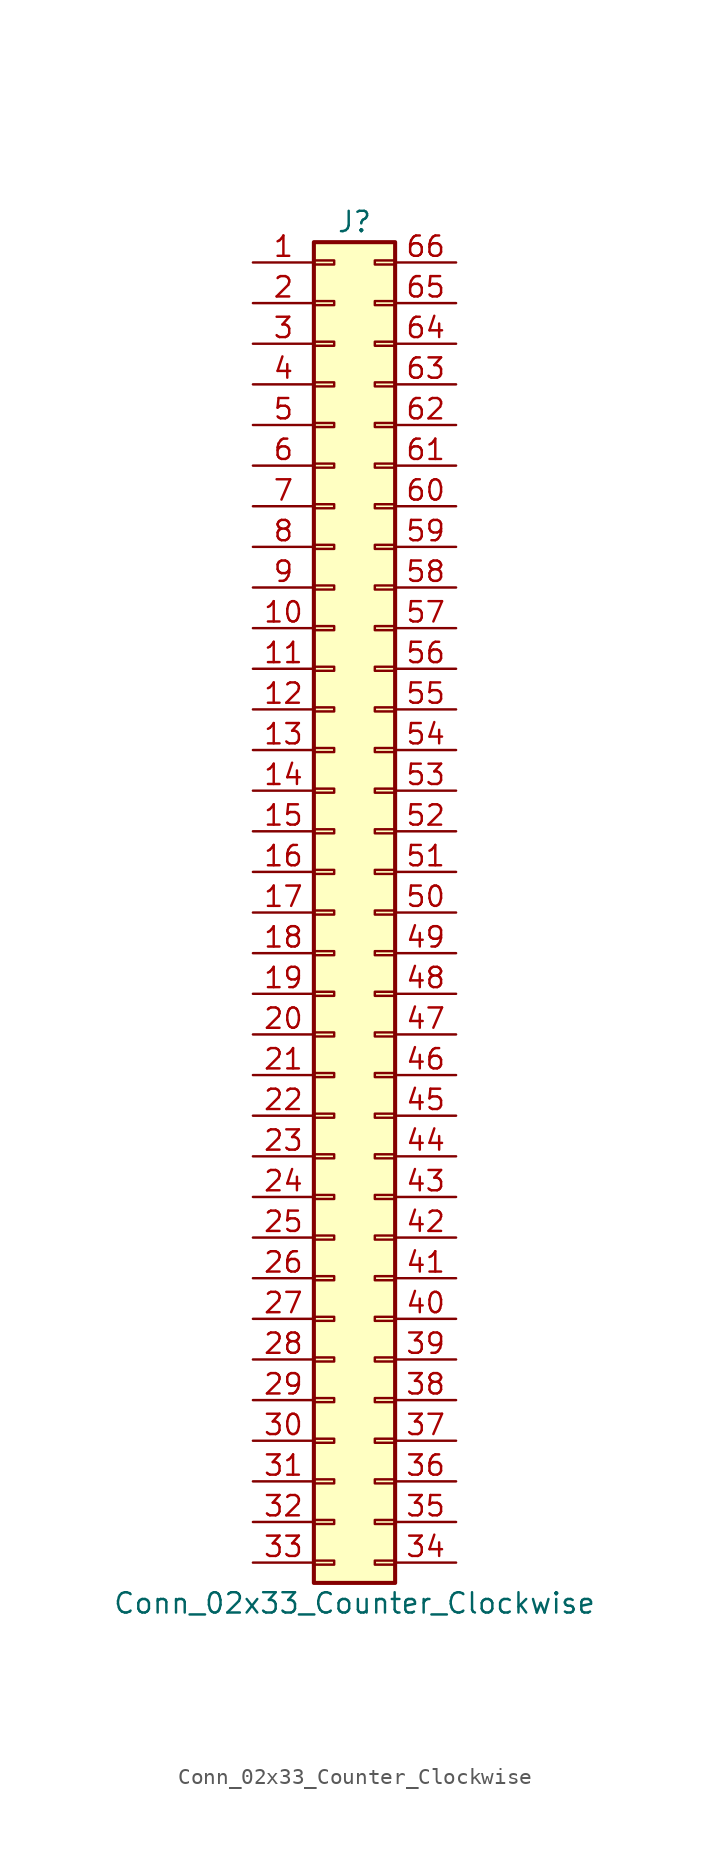
<source format=kicad_sym>
(kicad_symbol_lib
  (version 20201005)
  (generator kicad_symbol_editor)
  (symbol "Conn_02x33_Counter_Clockwise"
    (pin_names
      (offset 1.016) hide)
    (property "Reference" "J"
      (at 1.27 43.18 0)
      (effects (font (size 1.27 1.27))))
    (property "Value" "Conn_02x33_Counter_Clockwise"
      (at 1.27 -43.18 0)
      (effects (font (size 1.27 1.27))))
    (symbol "Conn_02x33_Counter_Clockwise_1_1"
      (rectangle (start -1.27 -40.513) (end 0 -40.767) (stroke (width 0.152)) (fill (type none)))
      (rectangle (start -1.27 -37.973) (end 0 -38.227) (stroke (width 0.152)) (fill (type none)))
      (rectangle (start -1.27 -35.433) (end 0 -35.687) (stroke (width 0.152)) (fill (type none)))
      (rectangle (start -1.27 -32.893) (end 0 -33.147) (stroke (width 0.152)) (fill (type none)))
      (rectangle (start -1.27 -30.353) (end 0 -30.607) (stroke (width 0.152)) (fill (type none)))
      (rectangle (start -1.27 -27.813) (end 0 -28.067) (stroke (width 0.152)) (fill (type none)))
      (rectangle (start -1.27 -25.273) (end 0 -25.527) (stroke (width 0.152)) (fill (type none)))
      (rectangle (start -1.27 -22.733) (end 0 -22.987) (stroke (width 0.152)) (fill (type none)))
      (rectangle (start -1.27 -20.193) (end 0 -20.447) (stroke (width 0.152)) (fill (type none)))
      (rectangle (start -1.27 -17.653) (end 0 -17.907) (stroke (width 0.152)) (fill (type none)))
      (rectangle (start -1.27 -15.113) (end 0 -15.367) (stroke (width 0.152)) (fill (type none)))
      (rectangle (start -1.27 -12.573) (end 0 -12.827) (stroke (width 0.152)) (fill (type none)))
      (rectangle (start -1.27 -10.033) (end 0 -10.287) (stroke (width 0.152)) (fill (type none)))
      (rectangle (start -1.27 -7.493) (end 0 -7.747) (stroke (width 0.152)) (fill (type none)))
      (rectangle (start -1.27 -4.953) (end 0 -5.207) (stroke (width 0.152)) (fill (type none)))
      (rectangle (start -1.27 -2.413) (end 0 -2.667) (stroke (width 0.152)) (fill (type none)))
      (rectangle (start -1.27 0.127) (end 0 -0.127) (stroke (width 0.152)) (fill (type none)))
      (rectangle (start -1.27 2.667) (end 0 2.413) (stroke (width 0.152)) (fill (type none)))
      (rectangle (start -1.27 5.207) (end 0 4.953) (stroke (width 0.152)) (fill (type none)))
      (rectangle (start -1.27 7.747) (end 0 7.493) (stroke (width 0.152)) (fill (type none)))
      (rectangle (start -1.27 10.287) (end 0 10.033) (stroke (width 0.152)) (fill (type none)))
      (rectangle (start -1.27 12.827) (end 0 12.573) (stroke (width 0.152)) (fill (type none)))
      (rectangle (start -1.27 15.367) (end 0 15.113) (stroke (width 0.152)) (fill (type none)))
      (rectangle (start -1.27 17.907) (end 0 17.653) (stroke (width 0.152)) (fill (type none)))
      (rectangle (start -1.27 20.447) (end 0 20.193) (stroke (width 0.152)) (fill (type none)))
      (rectangle (start -1.27 22.987) (end 0 22.733) (stroke (width 0.152)) (fill (type none)))
      (rectangle (start -1.27 25.527) (end 0 25.273) (stroke (width 0.152)) (fill (type none)))
      (rectangle (start -1.27 28.067) (end 0 27.813) (stroke (width 0.152)) (fill (type none)))
      (rectangle (start -1.27 30.607) (end 0 30.353) (stroke (width 0.152)) (fill (type none)))
      (rectangle (start -1.27 33.147) (end 0 32.893) (stroke (width 0.152)) (fill (type none)))
      (rectangle (start -1.27 35.687) (end 0 35.433) (stroke (width 0.152)) (fill (type none)))
      (rectangle (start -1.27 38.227) (end 0 37.973) (stroke (width 0.152)) (fill (type none)))
      (rectangle (start -1.27 40.767) (end 0 40.513) (stroke (width 0.152)) (fill (type none)))
      (rectangle (start 3.81 -40.513) (end 2.54 -40.767) (stroke (width 0.152)) (fill (type none)))
      (rectangle (start 3.81 -37.973) (end 2.54 -38.227) (stroke (width 0.152)) (fill (type none)))
      (rectangle (start 3.81 -35.433) (end 2.54 -35.687) (stroke (width 0.152)) (fill (type none)))
      (rectangle (start 3.81 -32.893) (end 2.54 -33.147) (stroke (width 0.152)) (fill (type none)))
      (rectangle (start 3.81 -30.353) (end 2.54 -30.607) (stroke (width 0.152)) (fill (type none)))
      (rectangle (start 3.81 -27.813) (end 2.54 -28.067) (stroke (width 0.152)) (fill (type none)))
      (rectangle (start 3.81 -25.273) (end 2.54 -25.527) (stroke (width 0.152)) (fill (type none)))
      (rectangle (start 3.81 -22.733) (end 2.54 -22.987) (stroke (width 0.152)) (fill (type none)))
      (rectangle (start 3.81 -20.193) (end 2.54 -20.447) (stroke (width 0.152)) (fill (type none)))
      (rectangle (start 3.81 -17.653) (end 2.54 -17.907) (stroke (width 0.152)) (fill (type none)))
      (rectangle (start 3.81 -15.113) (end 2.54 -15.367) (stroke (width 0.152)) (fill (type none)))
      (rectangle (start 3.81 -12.573) (end 2.54 -12.827) (stroke (width 0.152)) (fill (type none)))
      (rectangle (start 3.81 -10.033) (end 2.54 -10.287) (stroke (width 0.152)) (fill (type none)))
      (rectangle (start 3.81 -7.493) (end 2.54 -7.747) (stroke (width 0.152)) (fill (type none)))
      (rectangle (start 3.81 -4.953) (end 2.54 -5.207) (stroke (width 0.152)) (fill (type none)))
      (rectangle (start 3.81 -2.413) (end 2.54 -2.667) (stroke (width 0.152)) (fill (type none)))
      (rectangle (start 3.81 0.127) (end 2.54 -0.127) (stroke (width 0.152)) (fill (type none)))
      (rectangle (start 3.81 2.667) (end 2.54 2.413) (stroke (width 0.152)) (fill (type none)))
      (rectangle (start 3.81 5.207) (end 2.54 4.953) (stroke (width 0.152)) (fill (type none)))
      (rectangle (start 3.81 7.747) (end 2.54 7.493) (stroke (width 0.152)) (fill (type none)))
      (rectangle (start 3.81 10.287) (end 2.54 10.033) (stroke (width 0.152)) (fill (type none)))
      (rectangle (start 3.81 12.827) (end 2.54 12.573) (stroke (width 0.152)) (fill (type none)))
      (rectangle (start 3.81 15.367) (end 2.54 15.113) (stroke (width 0.152)) (fill (type none)))
      (rectangle (start 3.81 17.907) (end 2.54 17.653) (stroke (width 0.152)) (fill (type none)))
      (rectangle (start 3.81 20.447) (end 2.54 20.193) (stroke (width 0.152)) (fill (type none)))
      (rectangle (start 3.81 22.987) (end 2.54 22.733) (stroke (width 0.152)) (fill (type none)))
      (rectangle (start 3.81 25.527) (end 2.54 25.273) (stroke (width 0.152)) (fill (type none)))
      (rectangle (start 3.81 28.067) (end 2.54 27.813) (stroke (width 0.152)) (fill (type none)))
      (rectangle (start 3.81 30.607) (end 2.54 30.353) (stroke (width 0.152)) (fill (type none)))
      (rectangle (start 3.81 33.147) (end 2.54 32.893) (stroke (width 0.152)) (fill (type none)))
      (rectangle (start 3.81 35.687) (end 2.54 35.433) (stroke (width 0.152)) (fill (type none)))
      (rectangle (start 3.81 38.227) (end 2.54 37.973) (stroke (width 0.152)) (fill (type none)))
      (rectangle (start 3.81 40.767) (end 2.54 40.513) (stroke (width 0.152)) (fill (type none)))
      (rectangle (start -1.27 41.91) (end 3.81 -41.91) (stroke (width 0.254)) (fill (type background)))
      (pin passive line (at -5.08 40.64 0) (length 3.81) (name "Pin_1" (effects (font (size 1.27 1.27)))) (number "1" (effects (font (size 1.27 1.27)))))
      (pin passive line (at -5.08 17.78 0) (length 3.81) (name "Pin_10" (effects (font (size 1.27 1.27)))) (number "10" (effects (font (size 1.27 1.27)))))
      (pin passive line (at -5.08 15.24 0) (length 3.81) (name "Pin_11" (effects (font (size 1.27 1.27)))) (number "11" (effects (font (size 1.27 1.27)))))
      (pin passive line (at -5.08 12.7 0) (length 3.81) (name "Pin_12" (effects (font (size 1.27 1.27)))) (number "12" (effects (font (size 1.27 1.27)))))
      (pin passive line (at -5.08 10.16 0) (length 3.81) (name "Pin_13" (effects (font (size 1.27 1.27)))) (number "13" (effects (font (size 1.27 1.27)))))
      (pin passive line (at -5.08 7.62 0) (length 3.81) (name "Pin_14" (effects (font (size 1.27 1.27)))) (number "14" (effects (font (size 1.27 1.27)))))
      (pin passive line (at -5.08 5.08 0) (length 3.81) (name "Pin_15" (effects (font (size 1.27 1.27)))) (number "15" (effects (font (size 1.27 1.27)))))
      (pin passive line (at -5.08 2.54 0) (length 3.81) (name "Pin_16" (effects (font (size 1.27 1.27)))) (number "16" (effects (font (size 1.27 1.27)))))
      (pin passive line (at -5.08 0 0) (length 3.81) (name "Pin_17" (effects (font (size 1.27 1.27)))) (number "17" (effects (font (size 1.27 1.27)))))
      (pin passive line (at -5.08 -2.54 0) (length 3.81) (name "Pin_18" (effects (font (size 1.27 1.27)))) (number "18" (effects (font (size 1.27 1.27)))))
      (pin passive line (at -5.08 -5.08 0) (length 3.81) (name "Pin_19" (effects (font (size 1.27 1.27)))) (number "19" (effects (font (size 1.27 1.27)))))
      (pin passive line (at -5.08 38.1 0) (length 3.81) (name "Pin_2" (effects (font (size 1.27 1.27)))) (number "2" (effects (font (size 1.27 1.27)))))
      (pin passive line (at -5.08 -7.62 0) (length 3.81) (name "Pin_20" (effects (font (size 1.27 1.27)))) (number "20" (effects (font (size 1.27 1.27)))))
      (pin passive line (at -5.08 -10.16 0) (length 3.81) (name "Pin_21" (effects (font (size 1.27 1.27)))) (number "21" (effects (font (size 1.27 1.27)))))
      (pin passive line (at -5.08 -12.7 0) (length 3.81) (name "Pin_22" (effects (font (size 1.27 1.27)))) (number "22" (effects (font (size 1.27 1.27)))))
      (pin passive line (at -5.08 -15.24 0) (length 3.81) (name "Pin_23" (effects (font (size 1.27 1.27)))) (number "23" (effects (font (size 1.27 1.27)))))
      (pin passive line (at -5.08 -17.78 0) (length 3.81) (name "Pin_24" (effects (font (size 1.27 1.27)))) (number "24" (effects (font (size 1.27 1.27)))))
      (pin passive line (at -5.08 -20.32 0) (length 3.81) (name "Pin_25" (effects (font (size 1.27 1.27)))) (number "25" (effects (font (size 1.27 1.27)))))
      (pin passive line (at -5.08 -22.86 0) (length 3.81) (name "Pin_26" (effects (font (size 1.27 1.27)))) (number "26" (effects (font (size 1.27 1.27)))))
      (pin passive line (at -5.08 -25.4 0) (length 3.81) (name "Pin_27" (effects (font (size 1.27 1.27)))) (number "27" (effects (font (size 1.27 1.27)))))
      (pin passive line (at -5.08 -27.94 0) (length 3.81) (name "Pin_28" (effects (font (size 1.27 1.27)))) (number "28" (effects (font (size 1.27 1.27)))))
      (pin passive line (at -5.08 -30.48 0) (length 3.81) (name "Pin_29" (effects (font (size 1.27 1.27)))) (number "29" (effects (font (size 1.27 1.27)))))
      (pin passive line (at -5.08 35.56 0) (length 3.81) (name "Pin_3" (effects (font (size 1.27 1.27)))) (number "3" (effects (font (size 1.27 1.27)))))
      (pin passive line (at -5.08 -33.02 0) (length 3.81) (name "Pin_30" (effects (font (size 1.27 1.27)))) (number "30" (effects (font (size 1.27 1.27)))))
      (pin passive line (at -5.08 -35.56 0) (length 3.81) (name "Pin_31" (effects (font (size 1.27 1.27)))) (number "31" (effects (font (size 1.27 1.27)))))
      (pin passive line (at -5.08 -38.1 0) (length 3.81) (name "Pin_32" (effects (font (size 1.27 1.27)))) (number "32" (effects (font (size 1.27 1.27)))))
      (pin passive line (at -5.08 -40.64 0) (length 3.81) (name "Pin_33" (effects (font (size 1.27 1.27)))) (number "33" (effects (font (size 1.27 1.27)))))
      (pin passive line (at 7.62 -40.64 180) (length 3.81) (name "Pin_34" (effects (font (size 1.27 1.27)))) (number "34" (effects (font (size 1.27 1.27)))))
      (pin passive line (at 7.62 -38.1 180) (length 3.81) (name "Pin_35" (effects (font (size 1.27 1.27)))) (number "35" (effects (font (size 1.27 1.27)))))
      (pin passive line (at 7.62 -35.56 180) (length 3.81) (name "Pin_36" (effects (font (size 1.27 1.27)))) (number "36" (effects (font (size 1.27 1.27)))))
      (pin passive line (at 7.62 -33.02 180) (length 3.81) (name "Pin_37" (effects (font (size 1.27 1.27)))) (number "37" (effects (font (size 1.27 1.27)))))
      (pin passive line (at 7.62 -30.48 180) (length 3.81) (name "Pin_38" (effects (font (size 1.27 1.27)))) (number "38" (effects (font (size 1.27 1.27)))))
      (pin passive line (at 7.62 -27.94 180) (length 3.81) (name "Pin_39" (effects (font (size 1.27 1.27)))) (number "39" (effects (font (size 1.27 1.27)))))
      (pin passive line (at -5.08 33.02 0) (length 3.81) (name "Pin_4" (effects (font (size 1.27 1.27)))) (number "4" (effects (font (size 1.27 1.27)))))
      (pin passive line (at 7.62 -25.4 180) (length 3.81) (name "Pin_40" (effects (font (size 1.27 1.27)))) (number "40" (effects (font (size 1.27 1.27)))))
      (pin passive line (at 7.62 -22.86 180) (length 3.81) (name "Pin_41" (effects (font (size 1.27 1.27)))) (number "41" (effects (font (size 1.27 1.27)))))
      (pin passive line (at 7.62 -20.32 180) (length 3.81) (name "Pin_42" (effects (font (size 1.27 1.27)))) (number "42" (effects (font (size 1.27 1.27)))))
      (pin passive line (at 7.62 -17.78 180) (length 3.81) (name "Pin_43" (effects (font (size 1.27 1.27)))) (number "43" (effects (font (size 1.27 1.27)))))
      (pin passive line (at 7.62 -15.24 180) (length 3.81) (name "Pin_44" (effects (font (size 1.27 1.27)))) (number "44" (effects (font (size 1.27 1.27)))))
      (pin passive line (at 7.62 -12.7 180) (length 3.81) (name "Pin_45" (effects (font (size 1.27 1.27)))) (number "45" (effects (font (size 1.27 1.27)))))
      (pin passive line (at 7.62 -10.16 180) (length 3.81) (name "Pin_46" (effects (font (size 1.27 1.27)))) (number "46" (effects (font (size 1.27 1.27)))))
      (pin passive line (at 7.62 -7.62 180) (length 3.81) (name "Pin_47" (effects (font (size 1.27 1.27)))) (number "47" (effects (font (size 1.27 1.27)))))
      (pin passive line (at 7.62 -5.08 180) (length 3.81) (name "Pin_48" (effects (font (size 1.27 1.27)))) (number "48" (effects (font (size 1.27 1.27)))))
      (pin passive line (at 7.62 -2.54 180) (length 3.81) (name "Pin_49" (effects (font (size 1.27 1.27)))) (number "49" (effects (font (size 1.27 1.27)))))
      (pin passive line (at -5.08 30.48 0) (length 3.81) (name "Pin_5" (effects (font (size 1.27 1.27)))) (number "5" (effects (font (size 1.27 1.27)))))
      (pin passive line (at 7.62 0 180) (length 3.81) (name "Pin_50" (effects (font (size 1.27 1.27)))) (number "50" (effects (font (size 1.27 1.27)))))
      (pin passive line (at 7.62 2.54 180) (length 3.81) (name "Pin_51" (effects (font (size 1.27 1.27)))) (number "51" (effects (font (size 1.27 1.27)))))
      (pin passive line (at 7.62 5.08 180) (length 3.81) (name "Pin_52" (effects (font (size 1.27 1.27)))) (number "52" (effects (font (size 1.27 1.27)))))
      (pin passive line (at 7.62 7.62 180) (length 3.81) (name "Pin_53" (effects (font (size 1.27 1.27)))) (number "53" (effects (font (size 1.27 1.27)))))
      (pin passive line (at 7.62 10.16 180) (length 3.81) (name "Pin_54" (effects (font (size 1.27 1.27)))) (number "54" (effects (font (size 1.27 1.27)))))
      (pin passive line (at 7.62 12.7 180) (length 3.81) (name "Pin_55" (effects (font (size 1.27 1.27)))) (number "55" (effects (font (size 1.27 1.27)))))
      (pin passive line (at 7.62 15.24 180) (length 3.81) (name "Pin_56" (effects (font (size 1.27 1.27)))) (number "56" (effects (font (size 1.27 1.27)))))
      (pin passive line (at 7.62 17.78 180) (length 3.81) (name "Pin_57" (effects (font (size 1.27 1.27)))) (number "57" (effects (font (size 1.27 1.27)))))
      (pin passive line (at 7.62 20.32 180) (length 3.81) (name "Pin_58" (effects (font (size 1.27 1.27)))) (number "58" (effects (font (size 1.27 1.27)))))
      (pin passive line (at 7.62 22.86 180) (length 3.81) (name "Pin_59" (effects (font (size 1.27 1.27)))) (number "59" (effects (font (size 1.27 1.27)))))
      (pin passive line (at -5.08 27.94 0) (length 3.81) (name "Pin_6" (effects (font (size 1.27 1.27)))) (number "6" (effects (font (size 1.27 1.27)))))
      (pin passive line (at 7.62 25.4 180) (length 3.81) (name "Pin_60" (effects (font (size 1.27 1.27)))) (number "60" (effects (font (size 1.27 1.27)))))
      (pin passive line (at 7.62 27.94 180) (length 3.81) (name "Pin_61" (effects (font (size 1.27 1.27)))) (number "61" (effects (font (size 1.27 1.27)))))
      (pin passive line (at 7.62 30.48 180) (length 3.81) (name "Pin_62" (effects (font (size 1.27 1.27)))) (number "62" (effects (font (size 1.27 1.27)))))
      (pin passive line (at 7.62 33.02 180) (length 3.81) (name "Pin_63" (effects (font (size 1.27 1.27)))) (number "63" (effects (font (size 1.27 1.27)))))
      (pin passive line (at 7.62 35.56 180) (length 3.81) (name "Pin_64" (effects (font (size 1.27 1.27)))) (number "64" (effects (font (size 1.27 1.27)))))
      (pin passive line (at 7.62 38.1 180) (length 3.81) (name "Pin_65" (effects (font (size 1.27 1.27)))) (number "65" (effects (font (size 1.27 1.27)))))
      (pin passive line (at 7.62 40.64 180) (length 3.81) (name "Pin_66" (effects (font (size 1.27 1.27)))) (number "66" (effects (font (size 1.27 1.27)))))
      (pin passive line (at -5.08 25.4 0) (length 3.81) (name "Pin_7" (effects (font (size 1.27 1.27)))) (number "7" (effects (font (size 1.27 1.27)))))
      (pin passive line (at -5.08 22.86 0) (length 3.81) (name "Pin_8" (effects (font (size 1.27 1.27)))) (number "8" (effects (font (size 1.27 1.27)))))
      (pin passive line (at -5.08 20.32 0) (length 3.81) (name "Pin_9" (effects (font (size 1.27 1.27)))) (number "9" (effects (font (size 1.27 1.27))))))))
</source>
